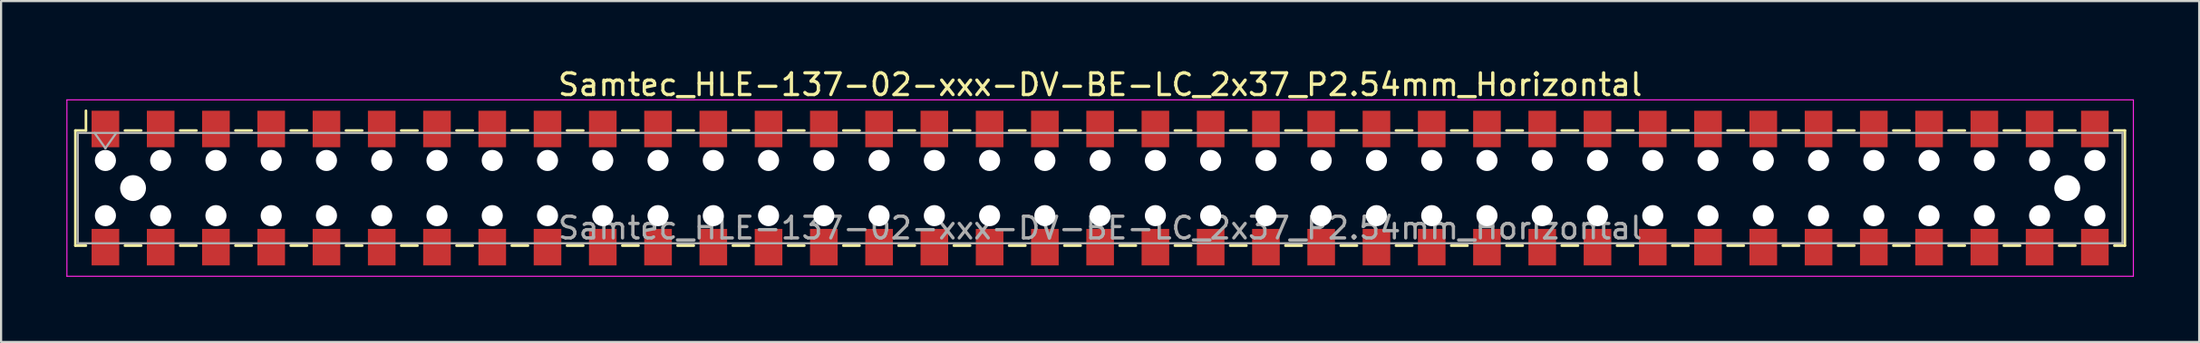
<source format=kicad_pcb>
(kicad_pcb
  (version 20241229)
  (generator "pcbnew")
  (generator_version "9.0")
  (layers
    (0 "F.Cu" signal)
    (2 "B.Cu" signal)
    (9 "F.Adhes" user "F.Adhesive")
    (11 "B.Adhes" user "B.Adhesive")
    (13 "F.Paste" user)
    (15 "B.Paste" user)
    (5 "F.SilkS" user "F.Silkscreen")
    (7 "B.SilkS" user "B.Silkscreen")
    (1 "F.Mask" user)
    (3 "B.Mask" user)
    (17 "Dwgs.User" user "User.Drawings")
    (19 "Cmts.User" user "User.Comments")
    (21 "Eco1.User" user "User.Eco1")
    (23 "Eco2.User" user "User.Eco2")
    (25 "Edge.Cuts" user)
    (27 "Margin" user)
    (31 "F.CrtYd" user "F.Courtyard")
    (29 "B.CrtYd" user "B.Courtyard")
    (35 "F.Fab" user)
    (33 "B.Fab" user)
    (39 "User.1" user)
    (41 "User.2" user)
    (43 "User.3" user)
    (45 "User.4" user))
  (footprint "Samtec_HLE-137-02-xxx-DV-BE-LC_2x37_P2.54mm_Horizontal"
    (layer "F.Cu")
    (at 47.515 5.608)
    (property "Reference" "Samtec_HLE-137-02-xxx-DV-BE-LC_2x37_P2.54mm_Horizontal" (at 0 -4.76 0) (layer "F.SilkS") (effects (font (size 1 1) (thickness 0.15))))
    (attr smd)
    (fp_line (start -47.1 -2.65) (end -47.1 2.65) (stroke (width 0.12) (type solid)) (layer "F.SilkS"))
    (fp_line (start -47.1 2.65) (end -46.615 2.65) (stroke (width 0.12) (type solid)) (layer "F.SilkS"))
    (fp_line (start -46.615 -3.56) (end -46.615 -2.65) (stroke (width 0.12) (type solid)) (layer "F.SilkS"))
    (fp_line (start -46.615 -2.65) (end -47.1 -2.65) (stroke (width 0.12) (type solid)) (layer "F.SilkS"))
    (fp_line (start -44.825 -2.65) (end -44.075 -2.65) (stroke (width 0.12) (type solid)) (layer "F.SilkS"))
    (fp_line (start -44.825 2.65) (end -44.075 2.65) (stroke (width 0.12) (type solid)) (layer "F.SilkS"))
    (fp_line (start -42.285 -2.65) (end -41.535 -2.65) (stroke (width 0.12) (type solid)) (layer "F.SilkS"))
    (fp_line (start -42.285 2.65) (end -41.535 2.65) (stroke (width 0.12) (type solid)) (layer "F.SilkS"))
    (fp_line (start -39.745 -2.65) (end -38.995 -2.65) (stroke (width 0.12) (type solid)) (layer "F.SilkS"))
    (fp_line (start -39.745 2.65) (end -38.995 2.65) (stroke (width 0.12) (type solid)) (layer "F.SilkS"))
    (fp_line (start -37.205 -2.65) (end -36.455 -2.65) (stroke (width 0.12) (type solid)) (layer "F.SilkS"))
    (fp_line (start -37.205 2.65) (end -36.455 2.65) (stroke (width 0.12) (type solid)) (layer "F.SilkS"))
    (fp_line (start -34.665 -2.65) (end -33.915 -2.65) (stroke (width 0.12) (type solid)) (layer "F.SilkS"))
    (fp_line (start -34.665 2.65) (end -33.915 2.65) (stroke (width 0.12) (type solid)) (layer "F.SilkS"))
    (fp_line (start -32.125 -2.65) (end -31.375 -2.65) (stroke (width 0.12) (type solid)) (layer "F.SilkS"))
    (fp_line (start -32.125 2.65) (end -31.375 2.65) (stroke (width 0.12) (type solid)) (layer "F.SilkS"))
    (fp_line (start -29.585 -2.65) (end -28.835 -2.65) (stroke (width 0.12) (type solid)) (layer "F.SilkS"))
    (fp_line (start -29.585 2.65) (end -28.835 2.65) (stroke (width 0.12) (type solid)) (layer "F.SilkS"))
    (fp_line (start -27.045 -2.65) (end -26.295 -2.65) (stroke (width 0.12) (type solid)) (layer "F.SilkS"))
    (fp_line (start -27.045 2.65) (end -26.295 2.65) (stroke (width 0.12) (type solid)) (layer "F.SilkS"))
    (fp_line (start -24.505 -2.65) (end -23.755 -2.65) (stroke (width 0.12) (type solid)) (layer "F.SilkS"))
    (fp_line (start -24.505 2.65) (end -23.755 2.65) (stroke (width 0.12) (type solid)) (layer "F.SilkS"))
    (fp_line (start -21.965 -2.65) (end -21.215 -2.65) (stroke (width 0.12) (type solid)) (layer "F.SilkS"))
    (fp_line (start -21.965 2.65) (end -21.215 2.65) (stroke (width 0.12) (type solid)) (layer "F.SilkS"))
    (fp_line (start -19.425 -2.65) (end -18.675 -2.65) (stroke (width 0.12) (type solid)) (layer "F.SilkS"))
    (fp_line (start -19.425 2.65) (end -18.675 2.65) (stroke (width 0.12) (type solid)) (layer "F.SilkS"))
    (fp_line (start -16.885 -2.65) (end -16.135 -2.65) (stroke (width 0.12) (type solid)) (layer "F.SilkS"))
    (fp_line (start -16.885 2.65) (end -16.135 2.65) (stroke (width 0.12) (type solid)) (layer "F.SilkS"))
    (fp_line (start -14.345 -2.65) (end -13.595 -2.65) (stroke (width 0.12) (type solid)) (layer "F.SilkS"))
    (fp_line (start -14.345 2.65) (end -13.595 2.65) (stroke (width 0.12) (type solid)) (layer "F.SilkS"))
    (fp_line (start -11.805 -2.65) (end -11.055 -2.65) (stroke (width 0.12) (type solid)) (layer "F.SilkS"))
    (fp_line (start -11.805 2.65) (end -11.055 2.65) (stroke (width 0.12) (type solid)) (layer "F.SilkS"))
    (fp_line (start -9.265 -2.65) (end -8.515 -2.65) (stroke (width 0.12) (type solid)) (layer "F.SilkS"))
    (fp_line (start -9.265 2.65) (end -8.515 2.65) (stroke (width 0.12) (type solid)) (layer "F.SilkS"))
    (fp_line (start -6.725 -2.65) (end -5.975 -2.65) (stroke (width 0.12) (type solid)) (layer "F.SilkS"))
    (fp_line (start -6.725 2.65) (end -5.975 2.65) (stroke (width 0.12) (type solid)) (layer "F.SilkS"))
    (fp_line (start -4.185 -2.65) (end -3.435 -2.65) (stroke (width 0.12) (type solid)) (layer "F.SilkS"))
    (fp_line (start -4.185 2.65) (end -3.435 2.65) (stroke (width 0.12) (type solid)) (layer "F.SilkS"))
    (fp_line (start -1.645 -2.65) (end -0.895 -2.65) (stroke (width 0.12) (type solid)) (layer "F.SilkS"))
    (fp_line (start -1.645 2.65) (end -0.895 2.65) (stroke (width 0.12) (type solid)) (layer "F.SilkS"))
    (fp_line (start 0.895 -2.65) (end 1.645 -2.65) (stroke (width 0.12) (type solid)) (layer "F.SilkS"))
    (fp_line (start 0.895 2.65) (end 1.645 2.65) (stroke (width 0.12) (type solid)) (layer "F.SilkS"))
    (fp_line (start 3.435 -2.65) (end 4.185 -2.65) (stroke (width 0.12) (type solid)) (layer "F.SilkS"))
    (fp_line (start 3.435 2.65) (end 4.185 2.65) (stroke (width 0.12) (type solid)) (layer "F.SilkS"))
    (fp_line (start 5.975 -2.65) (end 6.725 -2.65) (stroke (width 0.12) (type solid)) (layer "F.SilkS"))
    (fp_line (start 5.975 2.65) (end 6.725 2.65) (stroke (width 0.12) (type solid)) (layer "F.SilkS"))
    (fp_line (start 8.515 -2.65) (end 9.265 -2.65) (stroke (width 0.12) (type solid)) (layer "F.SilkS"))
    (fp_line (start 8.515 2.65) (end 9.265 2.65) (stroke (width 0.12) (type solid)) (layer "F.SilkS"))
    (fp_line (start 11.055 -2.65) (end 11.805 -2.65) (stroke (width 0.12) (type solid)) (layer "F.SilkS"))
    (fp_line (start 11.055 2.65) (end 11.805 2.65) (stroke (width 0.12) (type solid)) (layer "F.SilkS"))
    (fp_line (start 13.595 -2.65) (end 14.345 -2.65) (stroke (width 0.12) (type solid)) (layer "F.SilkS"))
    (fp_line (start 13.595 2.65) (end 14.345 2.65) (stroke (width 0.12) (type solid)) (layer "F.SilkS"))
    (fp_line (start 16.135 -2.65) (end 16.885 -2.65) (stroke (width 0.12) (type solid)) (layer "F.SilkS"))
    (fp_line (start 16.135 2.65) (end 16.885 2.65) (stroke (width 0.12) (type solid)) (layer "F.SilkS"))
    (fp_line (start 18.675 -2.65) (end 19.425 -2.65) (stroke (width 0.12) (type solid)) (layer "F.SilkS"))
    (fp_line (start 18.675 2.65) (end 19.425 2.65) (stroke (width 0.12) (type solid)) (layer "F.SilkS"))
    (fp_line (start 21.215 -2.65) (end 21.965 -2.65) (stroke (width 0.12) (type solid)) (layer "F.SilkS"))
    (fp_line (start 21.215 2.65) (end 21.965 2.65) (stroke (width 0.12) (type solid)) (layer "F.SilkS"))
    (fp_line (start 23.755 -2.65) (end 24.505 -2.65) (stroke (width 0.12) (type solid)) (layer "F.SilkS"))
    (fp_line (start 23.755 2.65) (end 24.505 2.65) (stroke (width 0.12) (type solid)) (layer "F.SilkS"))
    (fp_line (start 26.295 -2.65) (end 27.045 -2.65) (stroke (width 0.12) (type solid)) (layer "F.SilkS"))
    (fp_line (start 26.295 2.65) (end 27.045 2.65) (stroke (width 0.12) (type solid)) (layer "F.SilkS"))
    (fp_line (start 28.835 -2.65) (end 29.585 -2.65) (stroke (width 0.12) (type solid)) (layer "F.SilkS"))
    (fp_line (start 28.835 2.65) (end 29.585 2.65) (stroke (width 0.12) (type solid)) (layer "F.SilkS"))
    (fp_line (start 31.375 -2.65) (end 32.125 -2.65) (stroke (width 0.12) (type solid)) (layer "F.SilkS"))
    (fp_line (start 31.375 2.65) (end 32.125 2.65) (stroke (width 0.12) (type solid)) (layer "F.SilkS"))
    (fp_line (start 33.915 -2.65) (end 34.665 -2.65) (stroke (width 0.12) (type solid)) (layer "F.SilkS"))
    (fp_line (start 33.915 2.65) (end 34.665 2.65) (stroke (width 0.12) (type solid)) (layer "F.SilkS"))
    (fp_line (start 36.455 -2.65) (end 37.205 -2.65) (stroke (width 0.12) (type solid)) (layer "F.SilkS"))
    (fp_line (start 36.455 2.65) (end 37.205 2.65) (stroke (width 0.12) (type solid)) (layer "F.SilkS"))
    (fp_line (start 38.995 -2.65) (end 39.745 -2.65) (stroke (width 0.12) (type solid)) (layer "F.SilkS"))
    (fp_line (start 38.995 2.65) (end 39.745 2.65) (stroke (width 0.12) (type solid)) (layer "F.SilkS"))
    (fp_line (start 41.535 -2.65) (end 42.285 -2.65) (stroke (width 0.12) (type solid)) (layer "F.SilkS"))
    (fp_line (start 41.535 2.65) (end 42.285 2.65) (stroke (width 0.12) (type solid)) (layer "F.SilkS"))
    (fp_line (start 44.075 -2.65) (end 44.825 -2.65) (stroke (width 0.12) (type solid)) (layer "F.SilkS"))
    (fp_line (start 44.075 2.65) (end 44.825 2.65) (stroke (width 0.12) (type solid)) (layer "F.SilkS"))
    (fp_line (start 46.615 -2.65) (end 47.1 -2.65) (stroke (width 0.12) (type solid)) (layer "F.SilkS"))
    (fp_line (start 47.1 -2.65) (end 47.1 2.65) (stroke (width 0.12) (type solid)) (layer "F.SilkS"))
    (fp_line (start 47.1 2.65) (end 46.615 2.65) (stroke (width 0.12) (type solid)) (layer "F.SilkS"))
    (fp_line (start -47.49 -4.06) (end 47.49 -4.06) (stroke (width 0.05) (type solid)) (layer "F.CrtYd"))
    (fp_line (start -47.49 4.06) (end -47.49 -4.06) (stroke (width 0.05) (type solid)) (layer "F.CrtYd"))
    (fp_line (start 47.49 -4.06) (end 47.49 4.06) (stroke (width 0.05) (type solid)) (layer "F.CrtYd"))
    (fp_line (start 47.49 4.06) (end -47.49 4.06) (stroke (width 0.05) (type solid)) (layer "F.CrtYd"))
    (fp_line (start -46.99 -2.54) (end 46.99 -2.54) (stroke (width 0.1) (type solid)) (layer "F.Fab"))
    (fp_line (start -46.99 2.54) (end -46.99 -2.54) (stroke (width 0.1) (type solid)) (layer "F.Fab"))
    (fp_line (start -46.22 -2.54) (end -45.72 -1.833) (stroke (width 0.1) (type solid)) (layer "F.Fab"))
    (fp_line (start -45.72 -1.833) (end -45.22 -2.54) (stroke (width 0.1) (type solid)) (layer "F.Fab"))
    (fp_line (start 46.99 -2.54) (end 46.99 2.54) (stroke (width 0.1) (type solid)) (layer "F.Fab"))
    (fp_line (start 46.99 2.54) (end -46.99 2.54) (stroke (width 0.1) (type solid)) (layer "F.Fab"))
    (fp_text user "${REFERENCE}" (at 0 1.84 0) (layer "F.Fab") (effects (font (size 1 1) (thickness 0.15))))
    (pad "" np_thru_hole circle (at -45.72 -1.27) (size 0.97 0.97) (drill 0.97) (layers "*.Cu" "*.Mask"))
    (pad "" np_thru_hole circle (at -45.72 1.27) (size 0.97 0.97) (drill 0.97) (layers "*.Cu" "*.Mask"))
    (pad "" np_thru_hole circle (at -44.45 0) (size 1.19 1.19) (drill 1.19) (layers "*.Cu" "*.Mask"))
    (pad "" np_thru_hole circle (at -43.18 -1.27) (size 0.97 0.97) (drill 0.97) (layers "*.Cu" "*.Mask"))
    (pad "" np_thru_hole circle (at -43.18 1.27) (size 0.97 0.97) (drill 0.97) (layers "*.Cu" "*.Mask"))
    (pad "" np_thru_hole circle (at -40.64 -1.27) (size 0.97 0.97) (drill 0.97) (layers "*.Cu" "*.Mask"))
    (pad "" np_thru_hole circle (at -40.64 1.27) (size 0.97 0.97) (drill 0.97) (layers "*.Cu" "*.Mask"))
    (pad "" np_thru_hole circle (at -38.1 -1.27) (size 0.97 0.97) (drill 0.97) (layers "*.Cu" "*.Mask"))
    (pad "" np_thru_hole circle (at -38.1 1.27) (size 0.97 0.97) (drill 0.97) (layers "*.Cu" "*.Mask"))
    (pad "" np_thru_hole circle (at -35.56 -1.27) (size 0.97 0.97) (drill 0.97) (layers "*.Cu" "*.Mask"))
    (pad "" np_thru_hole circle (at -35.56 1.27) (size 0.97 0.97) (drill 0.97) (layers "*.Cu" "*.Mask"))
    (pad "" np_thru_hole circle (at -33.02 -1.27) (size 0.97 0.97) (drill 0.97) (layers "*.Cu" "*.Mask"))
    (pad "" np_thru_hole circle (at -33.02 1.27) (size 0.97 0.97) (drill 0.97) (layers "*.Cu" "*.Mask"))
    (pad "" np_thru_hole circle (at -30.48 -1.27) (size 0.97 0.97) (drill 0.97) (layers "*.Cu" "*.Mask"))
    (pad "" np_thru_hole circle (at -30.48 1.27) (size 0.97 0.97) (drill 0.97) (layers "*.Cu" "*.Mask"))
    (pad "" np_thru_hole circle (at -27.94 -1.27) (size 0.97 0.97) (drill 0.97) (layers "*.Cu" "*.Mask"))
    (pad "" np_thru_hole circle (at -27.94 1.27) (size 0.97 0.97) (drill 0.97) (layers "*.Cu" "*.Mask"))
    (pad "" np_thru_hole circle (at -25.4 -1.27) (size 0.97 0.97) (drill 0.97) (layers "*.Cu" "*.Mask"))
    (pad "" np_thru_hole circle (at -25.4 1.27) (size 0.97 0.97) (drill 0.97) (layers "*.Cu" "*.Mask"))
    (pad "" np_thru_hole circle (at -22.86 -1.27) (size 0.97 0.97) (drill 0.97) (layers "*.Cu" "*.Mask"))
    (pad "" np_thru_hole circle (at -22.86 1.27) (size 0.97 0.97) (drill 0.97) (layers "*.Cu" "*.Mask"))
    (pad "" np_thru_hole circle (at -20.32 -1.27) (size 0.97 0.97) (drill 0.97) (layers "*.Cu" "*.Mask"))
    (pad "" np_thru_hole circle (at -20.32 1.27) (size 0.97 0.97) (drill 0.97) (layers "*.Cu" "*.Mask"))
    (pad "" np_thru_hole circle (at -17.78 -1.27) (size 0.97 0.97) (drill 0.97) (layers "*.Cu" "*.Mask"))
    (pad "" np_thru_hole circle (at -17.78 1.27) (size 0.97 0.97) (drill 0.97) (layers "*.Cu" "*.Mask"))
    (pad "" np_thru_hole circle (at -15.24 -1.27) (size 0.97 0.97) (drill 0.97) (layers "*.Cu" "*.Mask"))
    (pad "" np_thru_hole circle (at -15.24 1.27) (size 0.97 0.97) (drill 0.97) (layers "*.Cu" "*.Mask"))
    (pad "" np_thru_hole circle (at -12.7 -1.27) (size 0.97 0.97) (drill 0.97) (layers "*.Cu" "*.Mask"))
    (pad "" np_thru_hole circle (at -12.7 1.27) (size 0.97 0.97) (drill 0.97) (layers "*.Cu" "*.Mask"))
    (pad "" np_thru_hole circle (at -10.16 -1.27) (size 0.97 0.97) (drill 0.97) (layers "*.Cu" "*.Mask"))
    (pad "" np_thru_hole circle (at -10.16 1.27) (size 0.97 0.97) (drill 0.97) (layers "*.Cu" "*.Mask"))
    (pad "" np_thru_hole circle (at -7.62 -1.27) (size 0.97 0.97) (drill 0.97) (layers "*.Cu" "*.Mask"))
    (pad "" np_thru_hole circle (at -7.62 1.27) (size 0.97 0.97) (drill 0.97) (layers "*.Cu" "*.Mask"))
    (pad "" np_thru_hole circle (at -5.08 -1.27) (size 0.97 0.97) (drill 0.97) (layers "*.Cu" "*.Mask"))
    (pad "" np_thru_hole circle (at -5.08 1.27) (size 0.97 0.97) (drill 0.97) (layers "*.Cu" "*.Mask"))
    (pad "" np_thru_hole circle (at -2.54 -1.27) (size 0.97 0.97) (drill 0.97) (layers "*.Cu" "*.Mask"))
    (pad "" np_thru_hole circle (at -2.54 1.27) (size 0.97 0.97) (drill 0.97) (layers "*.Cu" "*.Mask"))
    (pad "" np_thru_hole circle (at 0 -1.27) (size 0.97 0.97) (drill 0.97) (layers "*.Cu" "*.Mask"))
    (pad "" np_thru_hole circle (at 0 1.27) (size 0.97 0.97) (drill 0.97) (layers "*.Cu" "*.Mask"))
    (pad "" np_thru_hole circle (at 2.54 -1.27) (size 0.97 0.97) (drill 0.97) (layers "*.Cu" "*.Mask"))
    (pad "" np_thru_hole circle (at 2.54 1.27) (size 0.97 0.97) (drill 0.97) (layers "*.Cu" "*.Mask"))
    (pad "" np_thru_hole circle (at 5.08 -1.27) (size 0.97 0.97) (drill 0.97) (layers "*.Cu" "*.Mask"))
    (pad "" np_thru_hole circle (at 5.08 1.27) (size 0.97 0.97) (drill 0.97) (layers "*.Cu" "*.Mask"))
    (pad "" np_thru_hole circle (at 7.62 -1.27) (size 0.97 0.97) (drill 0.97) (layers "*.Cu" "*.Mask"))
    (pad "" np_thru_hole circle (at 7.62 1.27) (size 0.97 0.97) (drill 0.97) (layers "*.Cu" "*.Mask"))
    (pad "" np_thru_hole circle (at 10.16 -1.27) (size 0.97 0.97) (drill 0.97) (layers "*.Cu" "*.Mask"))
    (pad "" np_thru_hole circle (at 10.16 1.27) (size 0.97 0.97) (drill 0.97) (layers "*.Cu" "*.Mask"))
    (pad "" np_thru_hole circle (at 12.7 -1.27) (size 0.97 0.97) (drill 0.97) (layers "*.Cu" "*.Mask"))
    (pad "" np_thru_hole circle (at 12.7 1.27) (size 0.97 0.97) (drill 0.97) (layers "*.Cu" "*.Mask"))
    (pad "" np_thru_hole circle (at 15.24 -1.27) (size 0.97 0.97) (drill 0.97) (layers "*.Cu" "*.Mask"))
    (pad "" np_thru_hole circle (at 15.24 1.27) (size 0.97 0.97) (drill 0.97) (layers "*.Cu" "*.Mask"))
    (pad "" np_thru_hole circle (at 17.78 -1.27) (size 0.97 0.97) (drill 0.97) (layers "*.Cu" "*.Mask"))
    (pad "" np_thru_hole circle (at 17.78 1.27) (size 0.97 0.97) (drill 0.97) (layers "*.Cu" "*.Mask"))
    (pad "" np_thru_hole circle (at 20.32 -1.27) (size 0.97 0.97) (drill 0.97) (layers "*.Cu" "*.Mask"))
    (pad "" np_thru_hole circle (at 20.32 1.27) (size 0.97 0.97) (drill 0.97) (layers "*.Cu" "*.Mask"))
    (pad "" np_thru_hole circle (at 22.86 -1.27) (size 0.97 0.97) (drill 0.97) (layers "*.Cu" "*.Mask"))
    (pad "" np_thru_hole circle (at 22.86 1.27) (size 0.97 0.97) (drill 0.97) (layers "*.Cu" "*.Mask"))
    (pad "" np_thru_hole circle (at 25.4 -1.27) (size 0.97 0.97) (drill 0.97) (layers "*.Cu" "*.Mask"))
    (pad "" np_thru_hole circle (at 25.4 1.27) (size 0.97 0.97) (drill 0.97) (layers "*.Cu" "*.Mask"))
    (pad "" np_thru_hole circle (at 27.94 -1.27) (size 0.97 0.97) (drill 0.97) (layers "*.Cu" "*.Mask"))
    (pad "" np_thru_hole circle (at 27.94 1.27) (size 0.97 0.97) (drill 0.97) (layers "*.Cu" "*.Mask"))
    (pad "" np_thru_hole circle (at 30.48 -1.27) (size 0.97 0.97) (drill 0.97) (layers "*.Cu" "*.Mask"))
    (pad "" np_thru_hole circle (at 30.48 1.27) (size 0.97 0.97) (drill 0.97) (layers "*.Cu" "*.Mask"))
    (pad "" np_thru_hole circle (at 33.02 -1.27) (size 0.97 0.97) (drill 0.97) (layers "*.Cu" "*.Mask"))
    (pad "" np_thru_hole circle (at 33.02 1.27) (size 0.97 0.97) (drill 0.97) (layers "*.Cu" "*.Mask"))
    (pad "" np_thru_hole circle (at 35.56 -1.27) (size 0.97 0.97) (drill 0.97) (layers "*.Cu" "*.Mask"))
    (pad "" np_thru_hole circle (at 35.56 1.27) (size 0.97 0.97) (drill 0.97) (layers "*.Cu" "*.Mask"))
    (pad "" np_thru_hole circle (at 38.1 -1.27) (size 0.97 0.97) (drill 0.97) (layers "*.Cu" "*.Mask"))
    (pad "" np_thru_hole circle (at 38.1 1.27) (size 0.97 0.97) (drill 0.97) (layers "*.Cu" "*.Mask"))
    (pad "" np_thru_hole circle (at 40.64 -1.27) (size 0.97 0.97) (drill 0.97) (layers "*.Cu" "*.Mask"))
    (pad "" np_thru_hole circle (at 40.64 1.27) (size 0.97 0.97) (drill 0.97) (layers "*.Cu" "*.Mask"))
    (pad "" np_thru_hole circle (at 43.18 -1.27) (size 0.97 0.97) (drill 0.97) (layers "*.Cu" "*.Mask"))
    (pad "" np_thru_hole circle (at 43.18 1.27) (size 0.97 0.97) (drill 0.97) (layers "*.Cu" "*.Mask"))
    (pad "" np_thru_hole circle (at 44.45 0) (size 1.19 1.19) (drill 1.19) (layers "*.Cu" "*.Mask"))
    (pad "" np_thru_hole circle (at 45.72 -1.27) (size 0.97 0.97) (drill 0.97) (layers "*.Cu" "*.Mask"))
    (pad "" np_thru_hole circle (at 45.72 1.27) (size 0.97 0.97) (drill 0.97) (layers "*.Cu" "*.Mask"))
    (pad "1" smd rect (at -45.72 -2.72) (size 1.27 1.68) (layers "F.Cu" "F.Mask" "F.Paste"))
    (pad "2" smd rect (at -45.72 2.72) (size 1.27 1.68) (layers "F.Cu" "F.Mask" "F.Paste"))
    (pad "3" smd rect (at -43.18 -2.72) (size 1.27 1.68) (layers "F.Cu" "F.Mask" "F.Paste"))
    (pad "4" smd rect (at -43.18 2.72) (size 1.27 1.68) (layers "F.Cu" "F.Mask" "F.Paste"))
    (pad "5" smd rect (at -40.64 -2.72) (size 1.27 1.68) (layers "F.Cu" "F.Mask" "F.Paste"))
    (pad "6" smd rect (at -40.64 2.72) (size 1.27 1.68) (layers "F.Cu" "F.Mask" "F.Paste"))
    (pad "7" smd rect (at -38.1 -2.72) (size 1.27 1.68) (layers "F.Cu" "F.Mask" "F.Paste"))
    (pad "8" smd rect (at -38.1 2.72) (size 1.27 1.68) (layers "F.Cu" "F.Mask" "F.Paste"))
    (pad "9" smd rect (at -35.56 -2.72) (size 1.27 1.68) (layers "F.Cu" "F.Mask" "F.Paste"))
    (pad "10" smd rect (at -35.56 2.72) (size 1.27 1.68) (layers "F.Cu" "F.Mask" "F.Paste"))
    (pad "11" smd rect (at -33.02 -2.72) (size 1.27 1.68) (layers "F.Cu" "F.Mask" "F.Paste"))
    (pad "12" smd rect (at -33.02 2.72) (size 1.27 1.68) (layers "F.Cu" "F.Mask" "F.Paste"))
    (pad "13" smd rect (at -30.48 -2.72) (size 1.27 1.68) (layers "F.Cu" "F.Mask" "F.Paste"))
    (pad "14" smd rect (at -30.48 2.72) (size 1.27 1.68) (layers "F.Cu" "F.Mask" "F.Paste"))
    (pad "15" smd rect (at -27.94 -2.72) (size 1.27 1.68) (layers "F.Cu" "F.Mask" "F.Paste"))
    (pad "16" smd rect (at -27.94 2.72) (size 1.27 1.68) (layers "F.Cu" "F.Mask" "F.Paste"))
    (pad "17" smd rect (at -25.4 -2.72) (size 1.27 1.68) (layers "F.Cu" "F.Mask" "F.Paste"))
    (pad "18" smd rect (at -25.4 2.72) (size 1.27 1.68) (layers "F.Cu" "F.Mask" "F.Paste"))
    (pad "19" smd rect (at -22.86 -2.72) (size 1.27 1.68) (layers "F.Cu" "F.Mask" "F.Paste"))
    (pad "20" smd rect (at -22.86 2.72) (size 1.27 1.68) (layers "F.Cu" "F.Mask" "F.Paste"))
    (pad "21" smd rect (at -20.32 -2.72) (size 1.27 1.68) (layers "F.Cu" "F.Mask" "F.Paste"))
    (pad "22" smd rect (at -20.32 2.72) (size 1.27 1.68) (layers "F.Cu" "F.Mask" "F.Paste"))
    (pad "23" smd rect (at -17.78 -2.72) (size 1.27 1.68) (layers "F.Cu" "F.Mask" "F.Paste"))
    (pad "24" smd rect (at -17.78 2.72) (size 1.27 1.68) (layers "F.Cu" "F.Mask" "F.Paste"))
    (pad "25" smd rect (at -15.24 -2.72) (size 1.27 1.68) (layers "F.Cu" "F.Mask" "F.Paste"))
    (pad "26" smd rect (at -15.24 2.72) (size 1.27 1.68) (layers "F.Cu" "F.Mask" "F.Paste"))
    (pad "27" smd rect (at -12.7 -2.72) (size 1.27 1.68) (layers "F.Cu" "F.Mask" "F.Paste"))
    (pad "28" smd rect (at -12.7 2.72) (size 1.27 1.68) (layers "F.Cu" "F.Mask" "F.Paste"))
    (pad "29" smd rect (at -10.16 -2.72) (size 1.27 1.68) (layers "F.Cu" "F.Mask" "F.Paste"))
    (pad "30" smd rect (at -10.16 2.72) (size 1.27 1.68) (layers "F.Cu" "F.Mask" "F.Paste"))
    (pad "31" smd rect (at -7.62 -2.72) (size 1.27 1.68) (layers "F.Cu" "F.Mask" "F.Paste"))
    (pad "32" smd rect (at -7.62 2.72) (size 1.27 1.68) (layers "F.Cu" "F.Mask" "F.Paste"))
    (pad "33" smd rect (at -5.08 -2.72) (size 1.27 1.68) (layers "F.Cu" "F.Mask" "F.Paste"))
    (pad "34" smd rect (at -5.08 2.72) (size 1.27 1.68) (layers "F.Cu" "F.Mask" "F.Paste"))
    (pad "35" smd rect (at -2.54 -2.72) (size 1.27 1.68) (layers "F.Cu" "F.Mask" "F.Paste"))
    (pad "36" smd rect (at -2.54 2.72) (size 1.27 1.68) (layers "F.Cu" "F.Mask" "F.Paste"))
    (pad "37" smd rect (at 0 -2.72) (size 1.27 1.68) (layers "F.Cu" "F.Mask" "F.Paste"))
    (pad "38" smd rect (at 0 2.72) (size 1.27 1.68) (layers "F.Cu" "F.Mask" "F.Paste"))
    (pad "39" smd rect (at 2.54 -2.72) (size 1.27 1.68) (layers "F.Cu" "F.Mask" "F.Paste"))
    (pad "40" smd rect (at 2.54 2.72) (size 1.27 1.68) (layers "F.Cu" "F.Mask" "F.Paste"))
    (pad "41" smd rect (at 5.08 -2.72) (size 1.27 1.68) (layers "F.Cu" "F.Mask" "F.Paste"))
    (pad "42" smd rect (at 5.08 2.72) (size 1.27 1.68) (layers "F.Cu" "F.Mask" "F.Paste"))
    (pad "43" smd rect (at 7.62 -2.72) (size 1.27 1.68) (layers "F.Cu" "F.Mask" "F.Paste"))
    (pad "44" smd rect (at 7.62 2.72) (size 1.27 1.68) (layers "F.Cu" "F.Mask" "F.Paste"))
    (pad "45" smd rect (at 10.16 -2.72) (size 1.27 1.68) (layers "F.Cu" "F.Mask" "F.Paste"))
    (pad "46" smd rect (at 10.16 2.72) (size 1.27 1.68) (layers "F.Cu" "F.Mask" "F.Paste"))
    (pad "47" smd rect (at 12.7 -2.72) (size 1.27 1.68) (layers "F.Cu" "F.Mask" "F.Paste"))
    (pad "48" smd rect (at 12.7 2.72) (size 1.27 1.68) (layers "F.Cu" "F.Mask" "F.Paste"))
    (pad "49" smd rect (at 15.24 -2.72) (size 1.27 1.68) (layers "F.Cu" "F.Mask" "F.Paste"))
    (pad "50" smd rect (at 15.24 2.72) (size 1.27 1.68) (layers "F.Cu" "F.Mask" "F.Paste"))
    (pad "51" smd rect (at 17.78 -2.72) (size 1.27 1.68) (layers "F.Cu" "F.Mask" "F.Paste"))
    (pad "52" smd rect (at 17.78 2.72) (size 1.27 1.68) (layers "F.Cu" "F.Mask" "F.Paste"))
    (pad "53" smd rect (at 20.32 -2.72) (size 1.27 1.68) (layers "F.Cu" "F.Mask" "F.Paste"))
    (pad "54" smd rect (at 20.32 2.72) (size 1.27 1.68) (layers "F.Cu" "F.Mask" "F.Paste"))
    (pad "55" smd rect (at 22.86 -2.72) (size 1.27 1.68) (layers "F.Cu" "F.Mask" "F.Paste"))
    (pad "56" smd rect (at 22.86 2.72) (size 1.27 1.68) (layers "F.Cu" "F.Mask" "F.Paste"))
    (pad "57" smd rect (at 25.4 -2.72) (size 1.27 1.68) (layers "F.Cu" "F.Mask" "F.Paste"))
    (pad "58" smd rect (at 25.4 2.72) (size 1.27 1.68) (layers "F.Cu" "F.Mask" "F.Paste"))
    (pad "59" smd rect (at 27.94 -2.72) (size 1.27 1.68) (layers "F.Cu" "F.Mask" "F.Paste"))
    (pad "60" smd rect (at 27.94 2.72) (size 1.27 1.68) (layers "F.Cu" "F.Mask" "F.Paste"))
    (pad "61" smd rect (at 30.48 -2.72) (size 1.27 1.68) (layers "F.Cu" "F.Mask" "F.Paste"))
    (pad "62" smd rect (at 30.48 2.72) (size 1.27 1.68) (layers "F.Cu" "F.Mask" "F.Paste"))
    (pad "63" smd rect (at 33.02 -2.72) (size 1.27 1.68) (layers "F.Cu" "F.Mask" "F.Paste"))
    (pad "64" smd rect (at 33.02 2.72) (size 1.27 1.68) (layers "F.Cu" "F.Mask" "F.Paste"))
    (pad "65" smd rect (at 35.56 -2.72) (size 1.27 1.68) (layers "F.Cu" "F.Mask" "F.Paste"))
    (pad "66" smd rect (at 35.56 2.72) (size 1.27 1.68) (layers "F.Cu" "F.Mask" "F.Paste"))
    (pad "67" smd rect (at 38.1 -2.72) (size 1.27 1.68) (layers "F.Cu" "F.Mask" "F.Paste"))
    (pad "68" smd rect (at 38.1 2.72) (size 1.27 1.68) (layers "F.Cu" "F.Mask" "F.Paste"))
    (pad "69" smd rect (at 40.64 -2.72) (size 1.27 1.68) (layers "F.Cu" "F.Mask" "F.Paste"))
    (pad "70" smd rect (at 40.64 2.72) (size 1.27 1.68) (layers "F.Cu" "F.Mask" "F.Paste"))
    (pad "71" smd rect (at 43.18 -2.72) (size 1.27 1.68) (layers "F.Cu" "F.Mask" "F.Paste"))
    (pad "72" smd rect (at 43.18 2.72) (size 1.27 1.68) (layers "F.Cu" "F.Mask" "F.Paste"))
    (pad "73" smd rect (at 45.72 -2.72) (size 1.27 1.68) (layers "F.Cu" "F.Mask" "F.Paste"))
    (pad "74" smd rect (at 45.72 2.72) (size 1.27 1.68) (layers "F.Cu" "F.Mask" "F.Paste")))
  (gr_rect
    (start -3 -3)
    (end 98.03 12.693)
    (stroke (width 0.1) (type default))
    (fill no)
    (layer "Edge.Cuts")))
</source>
